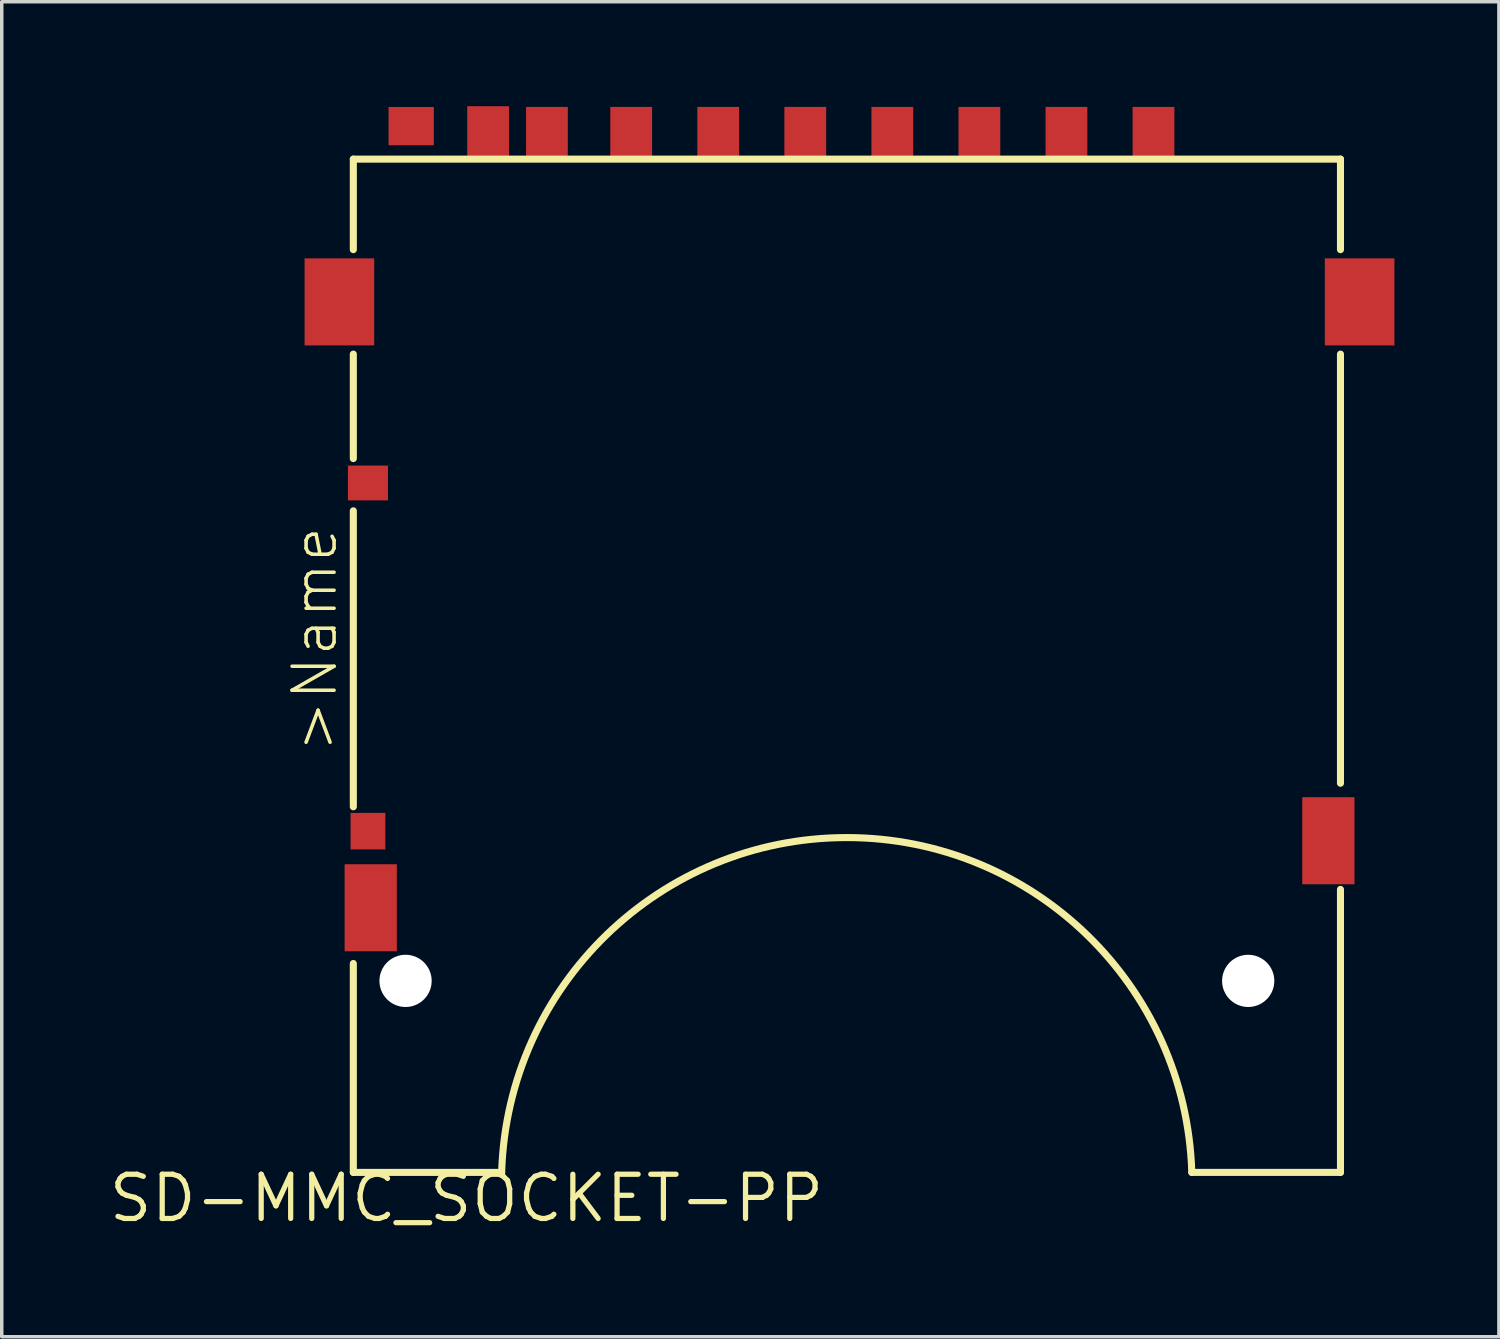
<source format=kicad_pcb>
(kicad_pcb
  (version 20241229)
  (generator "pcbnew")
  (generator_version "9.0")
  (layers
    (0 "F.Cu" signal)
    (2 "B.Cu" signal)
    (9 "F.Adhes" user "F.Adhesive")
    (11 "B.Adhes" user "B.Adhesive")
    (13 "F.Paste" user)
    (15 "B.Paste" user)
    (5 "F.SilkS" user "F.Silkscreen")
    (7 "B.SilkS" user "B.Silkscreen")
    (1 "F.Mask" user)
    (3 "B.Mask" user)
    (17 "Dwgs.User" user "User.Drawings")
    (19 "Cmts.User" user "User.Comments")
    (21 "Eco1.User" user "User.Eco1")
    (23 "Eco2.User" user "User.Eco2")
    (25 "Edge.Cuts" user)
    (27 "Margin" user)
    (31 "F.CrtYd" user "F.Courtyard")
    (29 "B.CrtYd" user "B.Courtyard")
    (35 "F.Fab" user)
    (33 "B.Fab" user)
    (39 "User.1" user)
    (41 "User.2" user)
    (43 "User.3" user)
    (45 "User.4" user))
  (footprint "SD-MMC_SOCKET-PP"
    (layer "F.Cu")
    (at 20.697 30.62)
    (property "Reference" "SD-MMC_SOCKET-PP" (at 0 0 0) (layer "F.SilkS") (effects (font (size 1.27 1.27) (thickness 0.15)) (justify right top)))
    (attr through_hole)
    (fp_line (start -13.6 -29.1) (end 14.75 -29.1) (stroke (width 0.203) (type solid)) (layer "F.SilkS"))
    (fp_line (start -13.6 -26.5) (end -13.6 -29.1) (stroke (width 0.203) (type solid)) (layer "F.SilkS"))
    (fp_line (start -13.6 -20.5) (end -13.6 -23.5) (stroke (width 0.203) (type solid)) (layer "F.SilkS"))
    (fp_line (start -13.6 -10.5) (end -13.6 -19) (stroke (width 0.203) (type solid)) (layer "F.SilkS"))
    (fp_line (start -13.6 -6) (end -13.6 0) (stroke (width 0.203) (type solid)) (layer "F.SilkS"))
    (fp_line (start -13.6 0) (end -9.34 0) (stroke (width 0.203) (type solid)) (layer "F.SilkS"))
    (fp_line (start 10.48 0) (end 14.75 0) (stroke (width 0.203) (type solid)) (layer "F.SilkS"))
    (fp_line (start 14.75 -29.1) (end 14.75 -26.5) (stroke (width 0.203) (type solid)) (layer "F.SilkS"))
    (fp_line (start 14.75 -11.176) (end 14.75 -23.5) (stroke (width 0.203) (type solid)) (layer "F.SilkS"))
    (fp_line (start 14.75 0) (end 14.75 -8.128) (stroke (width 0.203) (type solid)) (layer "F.SilkS"))
    (fp_arc (start -9.34 0) (mid 0.569999 -9.617159) (end 10.48 -0.000002) (stroke (width 0.2032) (type solid)) (layer "F.SilkS"))
    (fp_text user ">Name" (at -14 -12 90) (layer "F.SilkS") (effects (font (size 1.206 1.206) (thickness 0.102)) (justify left bottom)))
    (pad "" np_thru_hole circle (at -12.1 -5.5) (size 1.5 1.5) (drill 1.5) (layers "*.Cu" "*.Mask"))
    (pad "" np_thru_hole circle (at 12.1 -5.5) (size 1.5 1.5) (drill 1.5) (layers "*.Cu" "*.Mask"))
    (pad "1" smd rect (at 6.88 -29.85) (size 1.2 1.5) (layers "F.Cu" "F.Mask" "F.Paste"))
    (pad "2" smd rect (at 4.38 -29.85) (size 1.2 1.5) (layers "F.Cu" "F.Mask" "F.Paste"))
    (pad "3" smd rect (at 1.88 -29.85) (size 1.2 1.5) (layers "F.Cu" "F.Mask" "F.Paste"))
    (pad "4" smd rect (at -0.62 -29.85) (size 1.2 1.5) (layers "F.Cu" "F.Mask" "F.Paste"))
    (pad "5" smd rect (at -3.12 -29.85) (size 1.2 1.5) (layers "F.Cu" "F.Mask" "F.Paste"))
    (pad "6" smd rect (at -5.62 -29.85) (size 1.2 1.5) (layers "F.Cu" "F.Mask" "F.Paste"))
    (pad "7" smd rect (at -8.04 -29.85) (size 1.2 1.5) (layers "F.Cu" "F.Mask" "F.Paste"))
    (pad "8" smd rect (at -9.728 -29.87) (size 1.2 1.5) (layers "F.Cu" "F.Mask" "F.Paste"))
    (pad "9" smd rect (at 9.38 -29.85) (size 1.2 1.5) (layers "F.Cu" "F.Mask" "F.Paste"))
    (pad "12" smd rect (at -13.1 -7.6) (size 1.5 2.5) (layers "F.Cu" "F.Mask" "F.Paste"))
    (pad "13" smd rect (at 14.402 -9.525) (size 1.5 2.5) (layers "F.Cu" "F.Mask" "F.Paste"))
    (pad "14" smd rect (at -14 -25) (size 2 2.5) (layers "F.Cu" "F.Mask" "F.Paste"))
    (pad "15" smd rect (at 15.3 -25) (size 2 2.5) (layers "F.Cu" "F.Mask" "F.Paste"))
    (pad "CD" smd rect (at -13.18 -9.8) (size 1 1.05) (layers "F.Cu" "F.Mask" "F.Paste"))
    (pad "SW" smd rect (at -11.938 -30.048) (size 1.3 1.1) (layers "F.Cu" "F.Mask" "F.Paste"))
    (pad "WP" smd rect (at -13.18 -19.8) (size 1.15 1) (layers "F.Cu" "F.Mask" "F.Paste")))
  (gr_rect
    (start -3 -3)
    (end 39.997 35.34)
    (stroke (width 0.1) (type default))
    (fill no)
    (layer "Edge.Cuts")))
</source>
